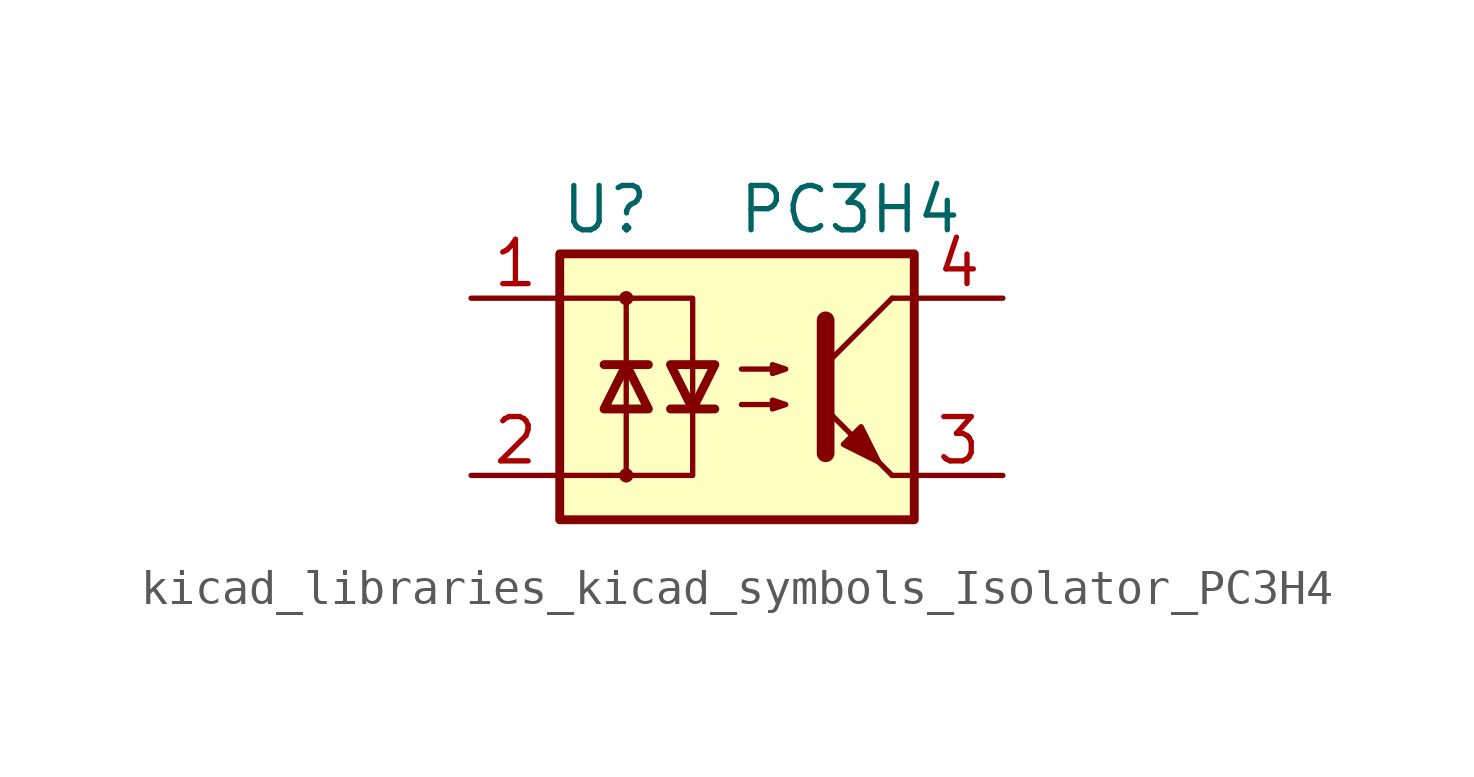
<source format=kicad_sym>
(kicad_symbol_lib
  (version 20220914)
  (generator kicad_symbol_editor)
  (symbol "kicad_libraries_kicad_symbols_Isolator_PC3H4"
    (pin_names
      (offset 1.016))
    (property "Reference" "U"
      (at -5.08 5.08 0)
      (effects (font (size 1.27 1.27)) (justify left)))
    (property "Value" "PC3H4"
      (at 0 5.08 0)
      (effects (font (size 1.27 1.27)) (justify left)))
    (symbol "kicad_libraries_kicad_symbols_Isolator_PC3H4_0_1"
      (rectangle (start -5.08 3.81) (end 5.08 -3.81) (stroke (width 0.254) (type default)) (fill (type background)))
      (circle (center -3.175 -2.54) (radius 0.127) (stroke (width 0) (type default)) (fill (type none)))
      (circle (center -3.175 2.54) (radius 0.127) (stroke (width 0) (type default)) (fill (type none)))
      (polyline (pts (xy -3.81 0.635) (xy -2.54 0.635)) (stroke (width 0.254) (type default)) (fill (type none)))
      (polyline (pts (xy -3.175 -0.635) (xy -3.175 -2.54)) (stroke (width 0) (type default)) (fill (type none)))
      (polyline (pts (xy -3.175 -0.635) (xy -3.175 2.54)) (stroke (width 0) (type default)) (fill (type none)))
      (polyline (pts (xy -1.905 -0.635) (xy -0.635 -0.635)) (stroke (width 0.254) (type default)) (fill (type none)))
      (polyline (pts (xy 2.54 0.635) (xy 4.445 2.54)) (stroke (width 0) (type default)) (fill (type none)))
      (polyline (pts (xy 4.445 -2.54) (xy 2.54 -0.635)) (stroke (width 0) (type default)) (fill (type outline)))
      (polyline (pts (xy 4.445 -2.54) (xy 5.08 -2.54)) (stroke (width 0) (type default)) (fill (type none)))
      (polyline (pts (xy 4.445 2.54) (xy 5.08 2.54)) (stroke (width 0) (type default)) (fill (type none)))
      (polyline (pts (xy -5.08 2.54) (xy -1.27 2.54) (xy -1.27 -0.635)) (stroke (width 0) (type default)) (fill (type none)))
      (polyline (pts (xy -1.27 -0.635) (xy -1.27 -2.54) (xy -5.08 -2.54)) (stroke (width 0) (type default)) (fill (type none)))
      (polyline (pts (xy 2.54 1.905) (xy 2.54 -1.905) (xy 2.54 -1.905)) (stroke (width 0.508) (type default)) (fill (type none)))
      (polyline (pts (xy -3.175 0.635) (xy -3.81 -0.635) (xy -2.54 -0.635) (xy -3.175 0.635)) (stroke (width 0.254) (type default)) (fill (type none)))
      (polyline (pts (xy -1.27 -0.635) (xy -1.905 0.635) (xy -0.635 0.635) (xy -1.27 -0.635)) (stroke (width 0.254) (type default)) (fill (type none)))
      (polyline (pts (xy 0.127 -0.508) (xy 1.397 -0.508) (xy 1.016 -0.635) (xy 1.016 -0.381) (xy 1.397 -0.508)) (stroke (width 0) (type default)) (fill (type none)))
      (polyline (pts (xy 0.127 0.508) (xy 1.397 0.508) (xy 1.016 0.381) (xy 1.016 0.635) (xy 1.397 0.508)) (stroke (width 0) (type default)) (fill (type none)))
      (polyline (pts (xy 3.048 -1.651) (xy 3.556 -1.143) (xy 4.064 -2.159) (xy 3.048 -1.651) (xy 3.048 -1.651)) (stroke (width 0) (type default)) (fill (type outline))))
    (symbol "kicad_libraries_kicad_symbols_Isolator_PC3H4_1_1"
      (pin passive line (at -7.62 2.54 0) (length 2.54) (name "~" (effects (font (size 1.27 1.27)))) (number "1" (effects (font (size 1.27 1.27)))))
      (pin passive line (at -7.62 -2.54 0) (length 2.54) (name "~" (effects (font (size 1.27 1.27)))) (number "2" (effects (font (size 1.27 1.27)))))
      (pin passive line (at 7.62 -2.54 180) (length 2.54) (name "~" (effects (font (size 1.27 1.27)))) (number "3" (effects (font (size 1.27 1.27)))))
      (pin passive line (at 7.62 2.54 180) (length 2.54) (name "~" (effects (font (size 1.27 1.27)))) (number "4" (effects (font (size 1.27 1.27))))))))
</source>
